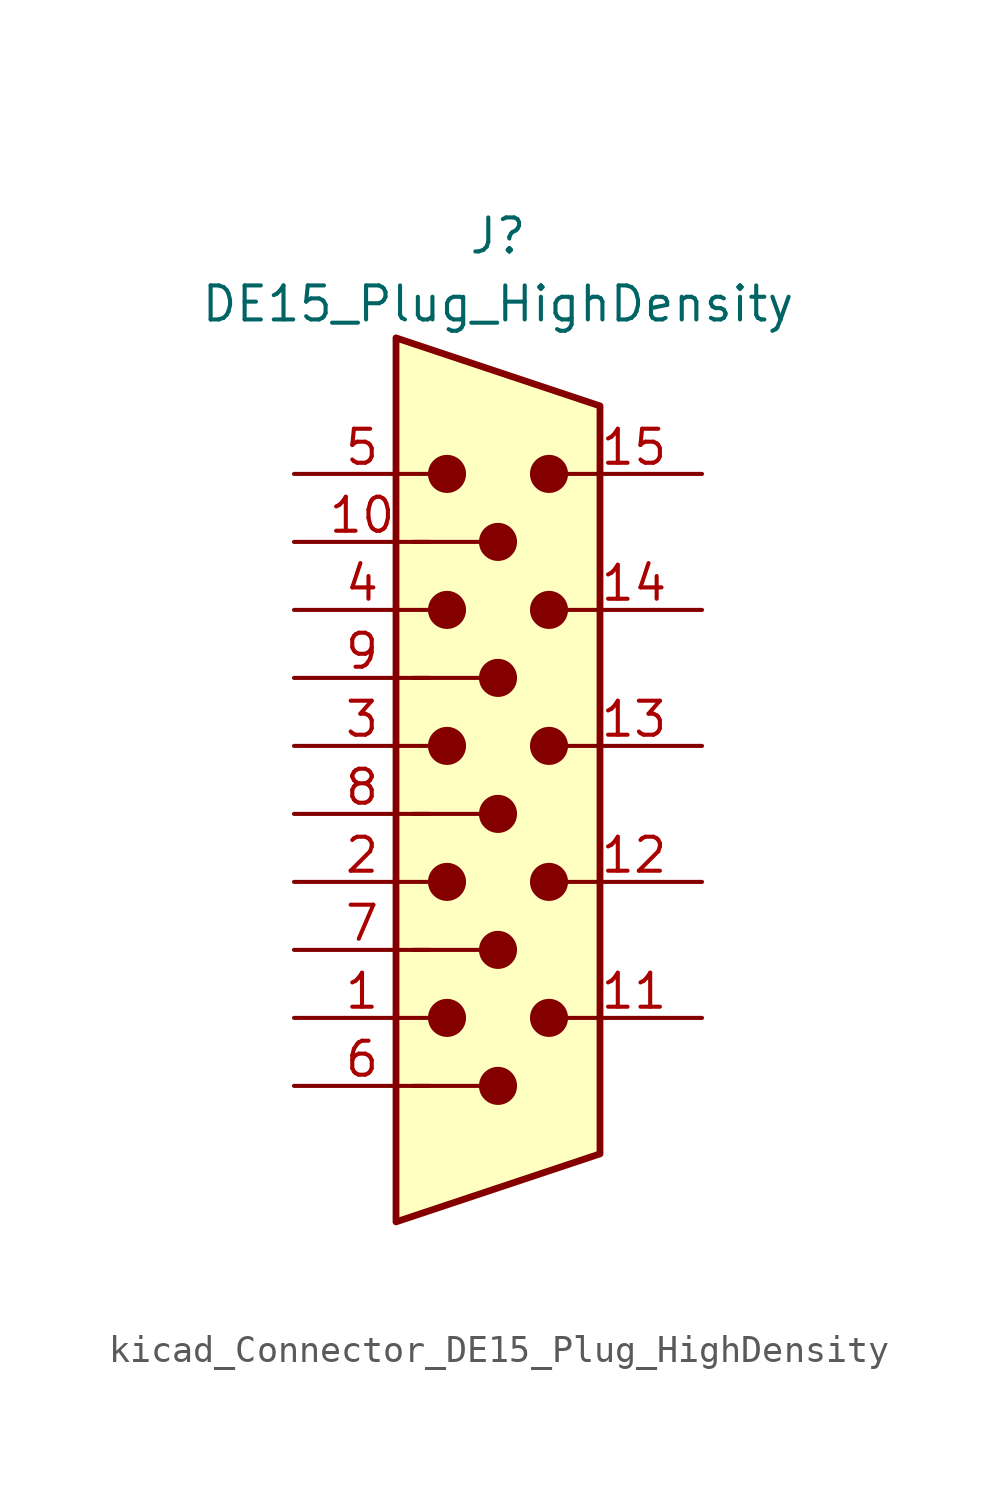
<source format=kicad_sym>
(kicad_symbol_lib
  (version 20220914)
  (generator kicad_symbol_editor)
  (symbol "kicad_Connector_DE15_Plug_HighDensity"
    (pin_names
      (offset 1.016) hide)
    (property "Reference" "J"
      (at 0 21.59 0)
      (effects (font (size 1.27 1.27))))
    (property "Value" "DE15_Plug_HighDensity"
      (at 0 19.05 0)
      (effects (font (size 1.27 1.27))))
    (symbol "kicad_Connector_DE15_Plug_HighDensity_0_1"
      (circle (center -1.905 -7.62) (radius 0.635) (stroke (width 0) (type default)) (fill (type outline)))
      (circle (center -1.905 -2.54) (radius 0.635) (stroke (width 0) (type default)) (fill (type outline)))
      (circle (center -1.905 2.54) (radius 0.635) (stroke (width 0) (type default)) (fill (type outline)))
      (circle (center -1.905 7.62) (radius 0.635) (stroke (width 0) (type default)) (fill (type outline)))
      (circle (center -1.905 12.7) (radius 0.635) (stroke (width 0) (type default)) (fill (type outline)))
      (circle (center 0 -10.16) (radius 0.635) (stroke (width 0) (type default)) (fill (type outline)))
      (circle (center 0 -5.08) (radius 0.635) (stroke (width 0) (type default)) (fill (type outline)))
      (polyline (pts (xy -3.175 -5.08) (xy -0.635 -5.08)) (stroke (width 0) (type default)) (fill (type none)))
      (polyline (pts (xy -0.635 -10.16) (xy -3.175 -10.16)) (stroke (width 0) (type default)) (fill (type none)))
      (polyline (pts (xy -0.635 0) (xy -3.175 0)) (stroke (width 0) (type default)) (fill (type none)))
      (polyline (pts (xy -0.635 5.08) (xy -3.175 5.08)) (stroke (width 0) (type default)) (fill (type none)))
      (polyline (pts (xy -0.635 10.16) (xy -3.175 10.16)) (stroke (width 0) (type default)) (fill (type none)))
      (polyline (pts (xy -3.81 17.78) (xy -3.81 -15.24) (xy 3.81 -12.7) (xy 3.81 15.24) (xy -3.81 17.78)) (stroke (width 0.254) (type default)) (fill (type background)))
      (circle (center 0 0) (radius 0.635) (stroke (width 0) (type default)) (fill (type outline)))
      (circle (center 0 5.08) (radius 0.635) (stroke (width 0) (type default)) (fill (type outline)))
      (circle (center 0 10.16) (radius 0.635) (stroke (width 0) (type default)) (fill (type outline)))
      (circle (center 1.905 -7.62) (radius 0.635) (stroke (width 0) (type default)) (fill (type outline)))
      (circle (center 1.905 -2.54) (radius 0.635) (stroke (width 0) (type default)) (fill (type outline)))
      (circle (center 1.905 2.54) (radius 0.635) (stroke (width 0) (type default)) (fill (type outline)))
      (circle (center 1.905 7.62) (radius 0.635) (stroke (width 0) (type default)) (fill (type outline)))
      (circle (center 1.905 12.7) (radius 0.635) (stroke (width 0) (type default)) (fill (type outline))))
    (symbol "kicad_Connector_DE15_Plug_HighDensity_1_1"
      (pin passive line (at -7.62 -7.62 0) (length 5.08) (name "~" (effects (font (size 1.27 1.27)))) (number "1" (effects (font (size 1.27 1.27)))))
      (pin passive line (at -7.62 10.16 0) (length 5.08) (name "~" (effects (font (size 1.27 1.27)))) (number "10" (effects (font (size 1.27 1.27)))))
      (pin passive line (at 7.62 -7.62 180) (length 5.08) (name "~" (effects (font (size 1.27 1.27)))) (number "11" (effects (font (size 1.27 1.27)))))
      (pin passive line (at 7.62 -2.54 180) (length 5.08) (name "~" (effects (font (size 1.27 1.27)))) (number "12" (effects (font (size 1.27 1.27)))))
      (pin passive line (at 7.62 2.54 180) (length 5.08) (name "~" (effects (font (size 1.27 1.27)))) (number "13" (effects (font (size 1.27 1.27)))))
      (pin passive line (at 7.62 7.62 180) (length 5.08) (name "~" (effects (font (size 1.27 1.27)))) (number "14" (effects (font (size 1.27 1.27)))))
      (pin passive line (at 7.62 12.7 180) (length 5.08) (name "~" (effects (font (size 1.27 1.27)))) (number "15" (effects (font (size 1.27 1.27)))))
      (pin passive line (at -7.62 -2.54 0) (length 5.08) (name "~" (effects (font (size 1.27 1.27)))) (number "2" (effects (font (size 1.27 1.27)))))
      (pin passive line (at -7.62 2.54 0) (length 5.08) (name "~" (effects (font (size 1.27 1.27)))) (number "3" (effects (font (size 1.27 1.27)))))
      (pin passive line (at -7.62 7.62 0) (length 5.08) (name "~" (effects (font (size 1.27 1.27)))) (number "4" (effects (font (size 1.27 1.27)))))
      (pin passive line (at -7.62 12.7 0) (length 5.08) (name "~" (effects (font (size 1.27 1.27)))) (number "5" (effects (font (size 1.27 1.27)))))
      (pin passive line (at -7.62 -10.16 0) (length 5.08) (name "~" (effects (font (size 1.27 1.27)))) (number "6" (effects (font (size 1.27 1.27)))))
      (pin passive line (at -7.62 -5.08 0) (length 5.08) (name "~" (effects (font (size 1.27 1.27)))) (number "7" (effects (font (size 1.27 1.27)))))
      (pin passive line (at -7.62 0 0) (length 5.08) (name "~" (effects (font (size 1.27 1.27)))) (number "8" (effects (font (size 1.27 1.27)))))
      (pin passive line (at -7.62 5.08 0) (length 5.08) (name "~" (effects (font (size 1.27 1.27)))) (number "9" (effects (font (size 1.27 1.27))))))))
</source>
